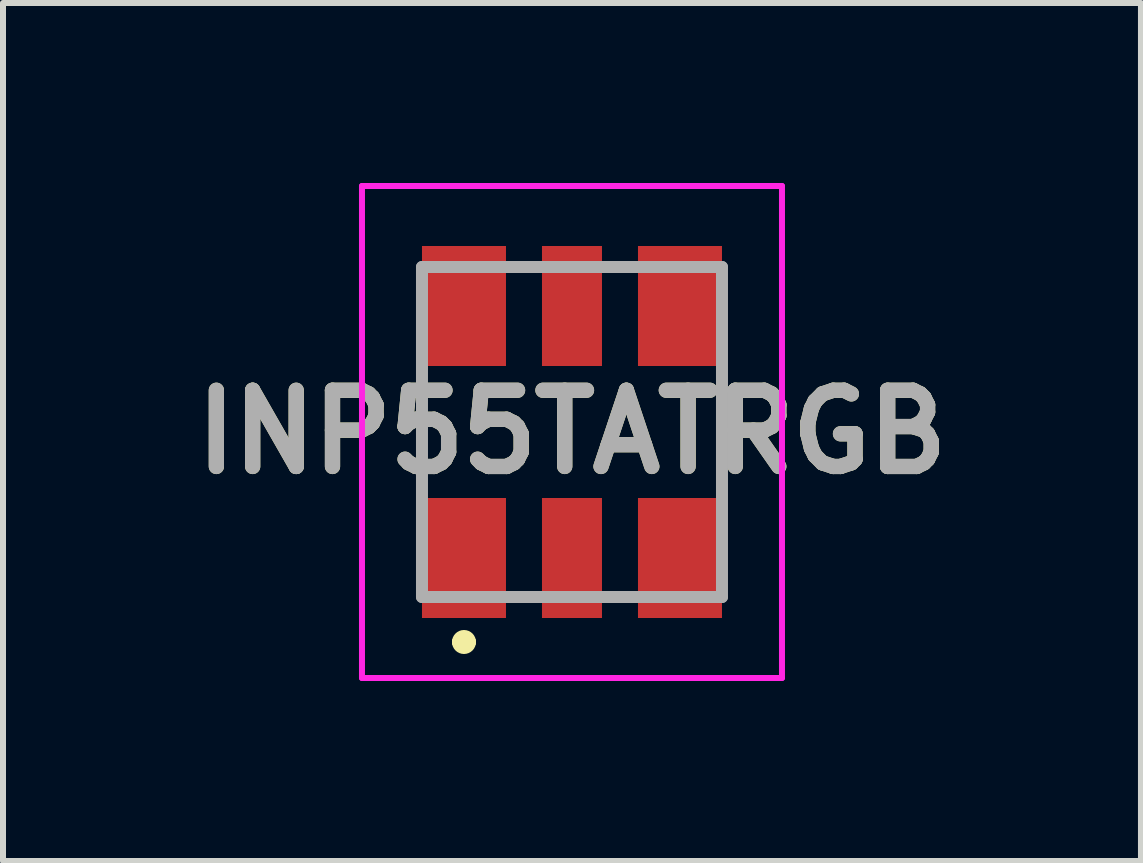
<source format=kicad_pcb>
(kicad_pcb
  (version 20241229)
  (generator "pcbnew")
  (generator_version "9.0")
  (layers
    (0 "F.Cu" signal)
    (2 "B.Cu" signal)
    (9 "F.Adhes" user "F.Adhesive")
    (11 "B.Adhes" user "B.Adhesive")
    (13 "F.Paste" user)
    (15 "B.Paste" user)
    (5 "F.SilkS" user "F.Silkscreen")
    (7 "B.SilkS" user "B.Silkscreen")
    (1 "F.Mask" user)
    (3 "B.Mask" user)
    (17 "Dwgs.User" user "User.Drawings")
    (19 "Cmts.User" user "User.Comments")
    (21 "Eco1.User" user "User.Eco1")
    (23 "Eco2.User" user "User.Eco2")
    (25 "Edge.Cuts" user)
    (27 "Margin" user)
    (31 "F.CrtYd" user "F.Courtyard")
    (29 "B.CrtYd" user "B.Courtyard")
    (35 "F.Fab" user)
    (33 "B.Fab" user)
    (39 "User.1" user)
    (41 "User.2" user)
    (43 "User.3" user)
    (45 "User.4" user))
  (footprint "INP55TATRGB"
    (layer "F.Cu")
    (at 6.483 4.15)
    (property "Reference" "INP55TATRGB" (at 0 0 0) (layer "F.SilkS") (effects (font (size 1.27 1.27) (thickness 0.254))))
    (attr smd)
    (fp_line (start -2.5 -0.9) (end -2.5 0.9) (stroke (width 0.1) (type solid)) (layer "F.SilkS"))
    (fp_line (start -1.9 3.5) (end -1.9 3.5) (stroke (width 0.2) (type solid)) (layer "F.SilkS"))
    (fp_line (start -1.7 3.5) (end -1.7 3.5) (stroke (width 0.2) (type solid)) (layer "F.SilkS"))
    (fp_line (start 2.5 -0.9) (end 2.5 0.9) (stroke (width 0.1) (type solid)) (layer "F.SilkS"))
    (fp_arc (start -1.9 3.5) (mid -1.8 3.4) (end -1.7 3.5) (stroke (width 0.2) (type solid)) (layer "F.SilkS"))
    (fp_arc (start -1.7 3.5) (mid -1.8 3.6) (end -1.9 3.5) (stroke (width 0.2) (type solid)) (layer "F.SilkS"))
    (fp_line (start -3.5 -4.1) (end 3.5 -4.1) (stroke (width 0.1) (type solid)) (layer "F.CrtYd"))
    (fp_line (start -3.5 4.1) (end -3.5 -4.1) (stroke (width 0.1) (type solid)) (layer "F.CrtYd"))
    (fp_line (start 3.5 -4.1) (end 3.5 4.1) (stroke (width 0.1) (type solid)) (layer "F.CrtYd"))
    (fp_line (start 3.5 4.1) (end -3.5 4.1) (stroke (width 0.1) (type solid)) (layer "F.CrtYd"))
    (fp_line (start -2.5 -2.75) (end 2.5 -2.75) (stroke (width 0.2) (type solid)) (layer "F.Fab"))
    (fp_line (start -2.5 2.75) (end -2.5 -2.75) (stroke (width 0.2) (type solid)) (layer "F.Fab"))
    (fp_line (start 2.5 -2.75) (end 2.5 2.75) (stroke (width 0.2) (type solid)) (layer "F.Fab"))
    (fp_line (start 2.5 2.75) (end -2.5 2.75) (stroke (width 0.2) (type solid)) (layer "F.Fab"))
    (fp_text user "${REFERENCE}" (at 0 0 0) (layer "F.Fab") (effects (font (size 1.27 1.27) (thickness 0.254))))
    (pad "1" smd rect (at -1.8 2.1) (size 1.4 2) (layers "F.Cu" "F.Mask" "F.Paste"))
    (pad "2" smd rect (at 0 2.1) (size 1 2) (layers "F.Cu" "F.Mask" "F.Paste"))
    (pad "3" smd rect (at 1.8 2.1) (size 1.4 2) (layers "F.Cu" "F.Mask" "F.Paste"))
    (pad "4" smd rect (at 1.8 -2.1) (size 1.4 2) (layers "F.Cu" "F.Mask" "F.Paste"))
    (pad "5" smd rect (at 0 -2.1) (size 1 2) (layers "F.Cu" "F.Mask" "F.Paste"))
    (pad "6" smd rect (at -1.8 -2.1) (size 1.4 2) (layers "F.Cu" "F.Mask" "F.Paste")))
  (gr_rect
    (start -3 -3)
    (end 15.966 11.3)
    (stroke (width 0.1) (type default))
    (fill no)
    (layer "Edge.Cuts")))
</source>
